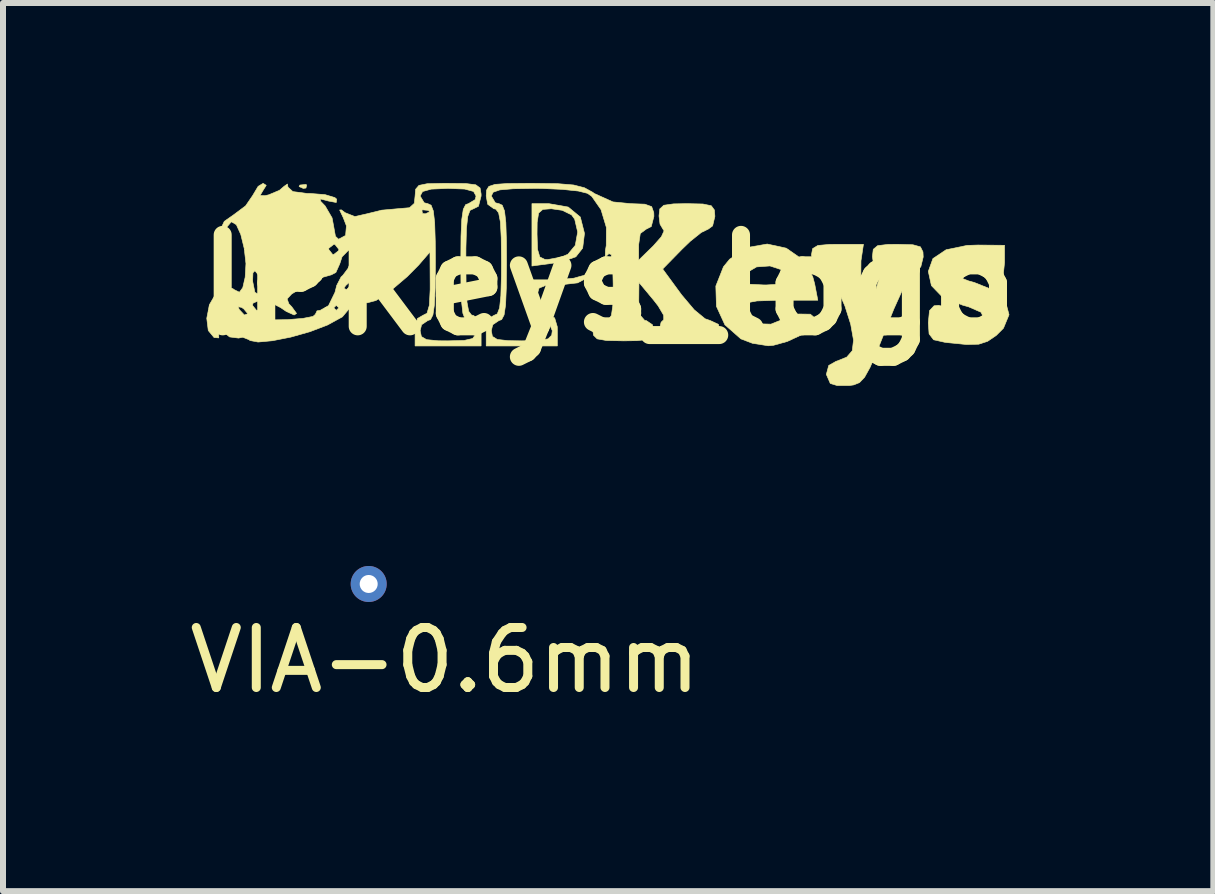
<source format=kicad_pcb>
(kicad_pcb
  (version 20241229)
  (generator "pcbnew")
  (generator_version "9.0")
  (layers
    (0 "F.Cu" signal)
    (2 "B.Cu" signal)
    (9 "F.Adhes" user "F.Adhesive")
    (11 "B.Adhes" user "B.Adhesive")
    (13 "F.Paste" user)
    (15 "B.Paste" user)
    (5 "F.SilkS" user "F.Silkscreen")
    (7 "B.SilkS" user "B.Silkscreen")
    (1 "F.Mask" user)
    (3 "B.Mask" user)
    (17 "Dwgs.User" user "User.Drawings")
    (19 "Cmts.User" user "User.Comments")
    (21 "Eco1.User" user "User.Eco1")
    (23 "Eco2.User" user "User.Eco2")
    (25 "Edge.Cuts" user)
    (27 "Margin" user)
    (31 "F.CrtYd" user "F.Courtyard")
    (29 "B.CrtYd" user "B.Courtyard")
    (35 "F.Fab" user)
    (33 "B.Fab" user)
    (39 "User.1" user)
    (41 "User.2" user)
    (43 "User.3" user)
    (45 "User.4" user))
  (footprint "IPKeys_logo"
    (layer "F.Cu")
    (at 7.083 1.698)
    (property "Reference" "IPKeys_logo" (at 0 0 0) (layer "F.SilkS") (effects (font (size 1.524 1.524) (thickness 0.3))))
    (attr through_hole)
    (fp_poly (pts (xy -6.435 -0.381) (xy -6.477 -0.339) (xy -6.519 -0.381) (xy -6.477 -0.423) (xy -6.435 -0.381)) (stroke (width 0.01) (type solid)) (fill yes) (layer "F.SilkS"))
    (fp_poly (pts (xy -5.024 -1.665) (xy -5.035 -1.615) (xy -5.08 -1.609) (xy -5.15 -1.64) (xy -5.136 -1.665) (xy -5.036 -1.675) (xy -5.024 -1.665)) (stroke (width 0.01) (type solid)) (fill yes) (layer "F.SilkS"))
    (fp_poly (pts (xy -0.665 -1.298) (xy -0.464 -1.132) (xy -0.395 -0.861) (xy -0.395 -0.856) (xy -0.425 -0.614) (xy -0.539 -0.469) (xy -0.772 -0.387) (xy -0.921 -0.363) (xy -1.27 -0.316) (xy -1.27 -0.847) (xy -1.185 -0.847) (xy -1.177 -0.593) (xy -1.139 -0.467) (xy -1.056 -0.426) (xy -1.01 -0.423) (xy -0.787 -0.464) (xy -0.672 -0.511) (xy -0.548 -0.66) (xy -0.508 -0.882) (xy -0.558 -1.097) (xy -0.61 -1.168) (xy -0.766 -1.244) (xy -0.948 -1.27) (xy -1.089 -1.259) (xy -1.159 -1.198) (xy -1.183 -1.042) (xy -1.185 -0.847) (xy -1.27 -0.847) (xy -1.27 -1.355) (xy -0.99 -1.355) (xy -0.665 -1.298)) (stroke (width 0.01) (type solid)) (fill yes) (layer "F.SilkS"))
    (fp_poly (pts (xy 6.604 -0.661) (xy 6.604 -0.373) (xy 6.583 -0.17) (xy 6.503 -0.091) (xy 6.445 -0.085) (xy 6.259 -0.146) (xy 6.177 -0.216) (xy 6.047 -0.297) (xy 5.885 -0.319) (xy 5.76 -0.283) (xy 5.732 -0.212) (xy 5.817 -0.141) (xy 6.01 -0.066) (xy 6.099 -0.042) (xy 6.425 0.089) (xy 6.621 0.277) (xy 6.679 0.496) (xy 6.586 0.721) (xy 6.466 0.841) (xy 6.322 0.939) (xy 6.174 0.987) (xy 5.97 0.992) (xy 5.657 0.961) (xy 5.609 0.955) (xy 5.422 0.913) (xy 5.347 0.815) (xy 5.334 0.63) (xy 5.354 0.428) (xy 5.43 0.347) (xy 5.503 0.339) (xy 5.641 0.373) (xy 5.673 0.42) (xy 5.744 0.531) (xy 5.908 0.615) (xy 6.086 0.637) (xy 6.132 0.626) (xy 6.255 0.542) (xy 6.212 0.454) (xy 6.005 0.364) (xy 5.905 0.336) (xy 5.571 0.203) (xy 5.386 0.011) (xy 5.334 -0.226) (xy 5.411 -0.44) (xy 5.631 -0.587) (xy 5.98 -0.659) (xy 6.16 -0.665) (xy 6.604 -0.661)) (stroke (width 0.01) (type solid)) (fill yes) (layer "F.SilkS"))
    (fp_poly (pts (xy 2.967 -0.613) (xy 3.233 -0.428) (xy 3.408 -0.139) (xy 3.44 -0.021) (xy 3.493 0.254) (xy 2.847 0.254) (xy 2.479 0.266) (xy 2.272 0.304) (xy 2.218 0.374) (xy 2.308 0.483) (xy 2.418 0.562) (xy 2.576 0.649) (xy 2.712 0.653) (xy 2.907 0.574) (xy 2.925 0.566) (xy 3.174 0.484) (xy 3.369 0.487) (xy 3.467 0.571) (xy 3.471 0.603) (xy 3.399 0.711) (xy 3.218 0.833) (xy 2.985 0.941) (xy 2.755 1.005) (xy 2.667 1.013) (xy 2.405 0.972) (xy 2.211 0.898) (xy 1.945 0.664) (xy 1.804 0.356) (xy 1.794 0.018) (xy 1.852 -0.128) (xy 2.256 -0.128) (xy 2.257 -0.051) (xy 2.359 -0.012) (xy 2.594 -0.000121) (xy 2.634 0) (xy 2.91 -0.016) (xy 3.027 -0.067) (xy 3.029 -0.1) (xy 2.903 -0.249) (xy 2.696 -0.317) (xy 2.472 -0.301) (xy 2.299 -0.199) (xy 2.256 -0.128) (xy 1.852 -0.128) (xy 1.921 -0.303) (xy 2.025 -0.43) (xy 2.323 -0.625) (xy 2.65 -0.682) (xy 2.967 -0.613)) (stroke (width 0.01) (type solid)) (fill yes) (layer "F.SilkS"))
    (fp_poly (pts (xy 4.212 -0.403) (xy 4.21 -0.124) (xy 4.257 0.116) (xy 4.342 0.359) (xy 4.461 0.075) (xy 4.528 -0.145) (xy 4.492 -0.238) (xy 4.423 -0.336) (xy 4.403 -0.473) (xy 4.417 -0.594) (xy 4.49 -0.655) (xy 4.665 -0.676) (xy 4.826 -0.677) (xy 5.077 -0.67) (xy 5.203 -0.635) (xy 5.245 -0.551) (xy 5.249 -0.466) (xy 5.208 -0.299) (xy 5.129 -0.254) (xy 5.045 -0.176) (xy 4.919 0.048) (xy 4.759 0.402) (xy 4.64 0.699) (xy 4.481 1.101) (xy 4.364 1.372) (xy 4.272 1.538) (xy 4.187 1.627) (xy 4.092 1.665) (xy 4.016 1.676) (xy 3.816 1.676) (xy 3.701 1.641) (xy 3.635 1.49) (xy 3.675 1.341) (xy 3.801 1.27) (xy 3.807 1.27) (xy 3.975 1.202) (xy 4.067 1.096) (xy 4.088 0.919) (xy 4.041 0.654) (xy 3.945 0.351) (xy 3.818 0.061) (xy 3.681 -0.166) (xy 3.552 -0.279) (xy 3.545 -0.281) (xy 3.413 -0.392) (xy 3.387 -0.5) (xy 3.406 -0.605) (xy 3.493 -0.658) (xy 3.689 -0.676) (xy 3.82 -0.677) (xy 4.253 -0.677) (xy 4.212 -0.403)) (stroke (width 0.01) (type solid)) (fill yes) (layer "F.SilkS"))
    (fp_poly (pts (xy -0.844 -1.688) (xy -0.577 -1.666) (xy -0.396 -1.62) (xy -0.259 -1.545) (xy -0.231 -1.524) (xy 0.079 -1.384) (xy 0.373 -1.355) (xy 0.611 -1.346) (xy 0.725 -1.305) (xy 0.76 -1.206) (xy 0.762 -1.143) (xy 0.718 -0.973) (xy 0.635 -0.931) (xy 0.535 -0.857) (xy 0.508 -0.672) (xy 0.508 -0.413) (xy 0.752 -0.651) (xy 0.887 -0.804) (xy 0.932 -0.903) (xy 0.921 -0.917) (xy 0.864 -1.013) (xy 0.847 -1.15) (xy 0.86 -1.267) (xy 0.927 -1.328) (xy 1.088 -1.351) (xy 1.312 -1.355) (xy 1.579 -1.349) (xy 1.718 -1.32) (xy 1.77 -1.249) (xy 1.778 -1.143) (xy 1.74 -0.984) (xy 1.668 -0.931) (xy 1.552 -0.875) (xy 1.369 -0.729) (xy 1.233 -0.598) (xy 0.908 -0.266) (xy 1.223 0.164) (xy 1.434 0.414) (xy 1.615 0.563) (xy 1.701 0.593) (xy 1.837 0.656) (xy 1.863 0.762) (xy 1.844 0.857) (xy 1.763 0.908) (xy 1.58 0.928) (xy 1.355 0.931) (xy 1.07 0.925) (xy 0.916 0.897) (xy 0.855 0.835) (xy 0.847 0.769) (xy 0.882 0.621) (xy 0.926 0.579) (xy 0.925 0.505) (xy 0.833 0.349) (xy 0.759 0.254) (xy 0.513 -0.042) (xy 0.51 0.275) (xy 0.532 0.502) (xy 0.608 0.59) (xy 0.635 0.593) (xy 0.738 0.663) (xy 0.762 0.762) (xy 0.743 0.857) (xy 0.662 0.908) (xy 0.479 0.928) (xy 0.254 0.931) (xy -0.03 0.925) (xy -0.183 0.898) (xy -0.245 0.837) (xy -0.254 0.762) (xy -0.194 0.62) (xy -0.085 0.593) (xy 0.003 0.577) (xy 0.054 0.507) (xy 0.077 0.347) (xy 0.083 0.061) (xy 0.083 -0.021) (xy 0.075 -0.344) (xy 0.051 -0.507) (xy 0.01 -0.522) (xy -0.001 -0.508) (xy -0.049 -0.466) (xy -0.046 -0.574) (xy -0.032 -0.656) (xy -0.03 -0.959) (xy -0.119 -1.255) (xy -0.273 -1.476) (xy -0.345 -1.527) (xy -0.497 -1.565) (xy -0.767 -1.593) (xy -1.107 -1.608) (xy -1.222 -1.609) (xy -1.583 -1.603) (xy -1.805 -1.584) (xy -1.917 -1.545) (xy -1.947 -1.482) (xy -1.947 -1.482) (xy -1.88 -1.369) (xy -1.82 -1.355) (xy -1.765 -1.329) (xy -1.727 -1.233) (xy -1.705 -1.041) (xy -1.695 -0.728) (xy -1.693 -0.381) (xy -1.697 0.047) (xy -1.709 0.331) (xy -1.734 0.499) (xy -1.775 0.577) (xy -1.82 0.593) (xy -1.924 0.663) (xy -1.947 0.762) (xy -1.929 0.857) (xy -1.847 0.908) (xy -1.664 0.928) (xy -1.439 0.931) (xy -1.156 0.925) (xy -1.002 0.898) (xy -0.941 0.837) (xy -0.931 0.762) (xy -0.991 0.62) (xy -1.101 0.593) (xy -1.211 0.564) (xy -1.26 0.449) (xy -1.27 0.254) (xy -1.27 -0.085) (xy -0.866 -0.085) (xy -0.571 -0.113) (xy -0.317 -0.185) (xy -0.252 -0.218) (xy -0.042 -0.352) (xy -0.242 -0.176) (xy -0.509 -0.035) (xy -0.814 0) (xy -1.044 0.008) (xy -1.152 0.053) (xy -1.184 0.166) (xy -1.185 0.254) (xy -1.159 0.44) (xy -1.06 0.505) (xy -1.016 0.508) (xy -0.892 0.548) (xy -0.848 0.696) (xy -0.847 0.762) (xy -0.847 1.016) (xy -2.032 1.016) (xy -2.032 0.762) (xy -1.994 0.56) (xy -1.905 0.508) (xy -1.847 0.481) (xy -1.809 0.381) (xy -1.788 0.181) (xy -1.779 -0.147) (xy -1.778 -0.381) (xy -1.782 -0.787) (xy -1.796 -1.051) (xy -1.825 -1.201) (xy -1.872 -1.263) (xy -1.905 -1.27) (xy -2.007 -1.344) (xy -2.032 -1.482) (xy -2.026 -1.58) (xy -1.988 -1.642) (xy -1.885 -1.676) (xy -1.685 -1.69) (xy -1.357 -1.693) (xy -1.239 -1.693) (xy -0.844 -1.688)) (stroke (width 0.01) (type solid)) (fill yes) (layer "F.SilkS"))
    (fp_poly (pts (xy -2.371 -1.69) (xy -2.206 -1.669) (xy -2.134 -1.616) (xy -2.117 -1.516) (xy -2.117 -1.482) (xy -2.161 -1.311) (xy -2.244 -1.27) (xy -2.302 -1.243) (xy -2.339 -1.143) (xy -2.361 -0.943) (xy -2.37 -0.615) (xy -2.371 -0.381) (xy -2.367 0.025) (xy -2.352 0.289) (xy -2.324 0.439) (xy -2.277 0.501) (xy -2.244 0.508) (xy -2.143 0.584) (xy -2.117 0.762) (xy -2.117 1.016) (xy -3.217 1.016) (xy -3.217 0.762) (xy -3.179 0.56) (xy -3.09 0.508) (xy -3.018 0.471) (xy -2.979 0.338) (xy -2.966 0.077) (xy -2.966 -0.021) (xy -2.969 -0.55) (xy -3.157 -0.332) (xy -3.348 -0.139) (xy -3.591 0.068) (xy -3.656 0.119) (xy -3.869 0.259) (xy -4.016 0.298) (xy -4.144 0.256) (xy -4.274 0.208) (xy -4.309 0.229) (xy -4.317 0.398) (xy -4.428 0.531) (xy -4.672 0.665) (xy -4.678 0.668) (xy -4.97 0.779) (xy -5.289 0.869) (xy -5.593 0.929) (xy -5.834 0.951) (xy -5.97 0.925) (xy -5.979 0.914) (xy -6.088 0.871) (xy -6.158 0.885) (xy -6.307 0.866) (xy -6.41 0.785) (xy -6.498 0.686) (xy -6.505 0.72) (xy -6.488 0.779) (xy -6.488 0.882) (xy -6.566 0.876) (xy -6.663 0.759) (xy -6.688 0.555) (xy -6.662 0.423) (xy -6.435 0.423) (xy -6.404 0.493) (xy -6.378 0.48) (xy -6.368 0.379) (xy -6.378 0.367) (xy -6.429 0.379) (xy -6.435 0.423) (xy -6.662 0.423) (xy -6.651 0.363) (xy -6.167 0.363) (xy -6.146 0.41) (xy -6.061 0.501) (xy -6.012 0.482) (xy -6.011 0.471) (xy -6.071 0.399) (xy -6.109 0.373) (xy -6.167 0.363) (xy -6.651 0.363) (xy -6.646 0.339) (xy -5.927 0.339) (xy -5.862 0.42) (xy -5.837 0.423) (xy -5.787 0.476) (xy -5.801 0.51) (xy -5.759 0.561) (xy -5.556 0.581) (xy -5.346 0.578) (xy -5.086 0.557) (xy -4.918 0.524) (xy -4.879 0.49) (xy -4.851 0.431) (xy -4.798 0.423) (xy -4.724 0.381) (xy -4.572 0.381) (xy -4.53 0.423) (xy -4.487 0.381) (xy -4.53 0.339) (xy -4.572 0.381) (xy -4.724 0.381) (xy -4.659 0.344) (xy -4.552 0.124) (xy -4.534 0.053) (xy -4.403 0.053) (xy -4.361 0.078) (xy -4.249 -0.031) (xy -4.223 -0.064) (xy -4.149 -0.164) (xy -4.193 -0.143) (xy -4.255 -0.095) (xy -4.372 0.009) (xy -4.403 0.053) (xy -4.534 0.053) (xy -4.523 0.008) (xy -4.45 -0.134) (xy -4.42 -0.161) (xy -4.335 -0.275) (xy -4.326 -0.296) (xy -4.149 -0.296) (xy -4.106 -0.254) (xy -4.064 -0.296) (xy -4.106 -0.339) (xy -4.149 -0.296) (xy -4.326 -0.296) (xy -4.278 -0.412) (xy -4.254 -0.557) (xy -4.319 -0.578) (xy -4.33 -0.575) (xy -4.434 -0.469) (xy -4.472 -0.353) (xy -4.537 -0.208) (xy -4.612 -0.169) (xy -4.749 -0.13) (xy -4.965 -0.03) (xy -5.069 0.027) (xy -5.273 0.15) (xy -5.349 0.232) (xy -5.321 0.312) (xy -5.271 0.365) (xy -5.192 0.474) (xy -5.232 0.5) (xy -5.362 0.442) (xy -5.456 0.378) (xy -5.638 0.284) (xy -5.812 0.257) (xy -5.917 0.303) (xy -5.927 0.339) (xy -6.646 0.339) (xy -6.644 0.329) (xy -6.536 0.143) (xy -6.521 0.128) (xy -6.373 0.03) (xy -6.254 0.061) (xy -6.23 0.079) (xy -6.144 0.121) (xy -6.088 0.045) (xy -6.063 -0.064) (xy -5.924 -0.064) (xy -5.886 0.123) (xy -5.8 0.169) (xy -5.687 0.132) (xy -5.673 0.101) (xy -5.719 -0.013) (xy -5.797 -0.132) (xy -5.858 -0.203) (xy -5.673 -0.203) (xy -5.622 -0.085) (xy -5.515 0.039) (xy -5.434 0.085) (xy -5.346 0.047) (xy -5.164 -0.048) (xy -5.07 -0.1) (xy -4.871 -0.235) (xy -4.754 -0.356) (xy -4.741 -0.393) (xy -4.791 -0.413) (xy -4.915 -0.325) (xy -4.949 -0.292) (xy -5.195 -0.121) (xy -5.424 -0.1) (xy -5.571 -0.186) (xy -5.656 -0.233) (xy -5.673 -0.203) (xy -5.858 -0.203) (xy -5.886 -0.237) (xy -5.919 -0.202) (xy -5.924 -0.064) (xy -6.063 -0.064) (xy -6.048 -0.129) (xy -6.035 -0.356) (xy -6.062 -0.593) (xy -4.657 -0.593) (xy -4.592 -0.51) (xy -4.572 -0.508) (xy -4.49 -0.572) (xy -4.487 -0.593) (xy -4.552 -0.675) (xy -4.572 -0.677) (xy -4.654 -0.613) (xy -4.657 -0.593) (xy -6.062 -0.593) (xy -6.064 -0.609) (xy -6.121 -0.841) (xy -6.195 -1.004) (xy -6.274 -1.051) (xy -6.284 -1.047) (xy -6.377 -0.937) (xy -6.44 -0.817) (xy -6.496 -0.697) (xy -6.507 -0.733) (xy -6.497 -0.846) (xy -6.396 -1.06) (xy -6.239 -1.17) (xy -6.041 -1.318) (xy -5.924 -1.489) (xy -5.832 -1.643) (xy -5.749 -1.693) (xy -5.697 -1.66) (xy -5.752 -1.573) (xy -5.8 -1.491) (xy -5.718 -1.488) (xy -5.656 -1.502) (xy -5.477 -1.577) (xy -5.399 -1.644) (xy -5.344 -1.682) (xy -5.335 -1.63) (xy -5.254 -1.556) (xy -5.02 -1.525) (xy -4.958 -1.524) (xy -4.717 -1.505) (xy -4.554 -1.456) (xy -4.524 -1.43) (xy -4.53 -1.374) (xy -4.663 -1.399) (xy -4.799 -1.435) (xy -4.789 -1.393) (xy -4.716 -1.317) (xy -4.6 -1.118) (xy -4.572 -0.968) (xy -4.544 -0.811) (xy -4.492 -0.762) (xy -4.375 -0.825) (xy -4.361 -0.985) (xy -4.413 -1.12) (xy -4.474 -1.249) (xy -4.444 -1.251) (xy -4.384 -1.205) (xy -4.222 -1.14) (xy -4.026 -1.184) (xy -3.79 -1.242) (xy -3.104 -1.242) (xy -3.093 -1.191) (xy -3.048 -1.185) (xy -2.978 -1.216) (xy -2.992 -1.242) (xy -3.092 -1.252) (xy -3.104 -1.242) (xy -3.79 -1.242) (xy -3.775 -1.246) (xy -3.508 -1.27) (xy -3.31 -1.287) (xy -3.23 -1.36) (xy -3.217 -1.482) (xy -3.133 -1.482) (xy -3.065 -1.369) (xy -3.006 -1.355) (xy -2.95 -1.329) (xy -2.913 -1.233) (xy -2.891 -1.041) (xy -2.881 -0.728) (xy -2.879 -0.381) (xy -2.882 0.047) (xy -2.895 0.331) (xy -2.92 0.499) (xy -2.96 0.577) (xy -3.006 0.593) (xy -3.109 0.663) (xy -3.133 0.762) (xy -3.112 0.86) (xy -3.025 0.911) (xy -2.83 0.93) (xy -2.667 0.931) (xy -2.398 0.924) (xy -2.258 0.892) (xy -2.206 0.821) (xy -2.201 0.762) (xy -2.254 0.624) (xy -2.328 0.593) (xy -2.384 0.567) (xy -2.421 0.471) (xy -2.443 0.279) (xy -2.453 -0.034) (xy -2.455 -0.381) (xy -2.452 -0.809) (xy -2.439 -1.093) (xy -2.414 -1.261) (xy -2.374 -1.339) (xy -2.328 -1.355) (xy -2.216 -1.422) (xy -2.201 -1.482) (xy -2.243 -1.558) (xy -2.39 -1.598) (xy -2.667 -1.609) (xy -2.948 -1.597) (xy -3.092 -1.557) (xy -3.133 -1.482) (xy -3.217 -1.482) (xy -3.208 -1.595) (xy -3.153 -1.659) (xy -3.016 -1.687) (xy -2.757 -1.693) (xy -2.667 -1.693) (xy -2.371 -1.69)) (stroke (width 0.01) (type solid)) (fill yes) (layer "F.SilkS")))
  (footprint "VIA-0.6mm"
    (layer "F.Cu")
    (at 3.093 6.68)
    (property "Reference" "VIA-0.6mm" (at 1.27 1.27 0) (layer "F.SilkS") (effects (font (size 1 1) (thickness 0.15))))
    (attr through_hole)
    (pad "1" thru_hole circle (at 0 0) (size 0.6 0.6) (drill 0.3) (layers "*.Cu")))
  (gr_rect
    (start -3 -3)
    (end 17.166 11.798)
    (stroke (width 0.1) (type default))
    (fill no)
    (layer "Edge.Cuts")))
</source>
